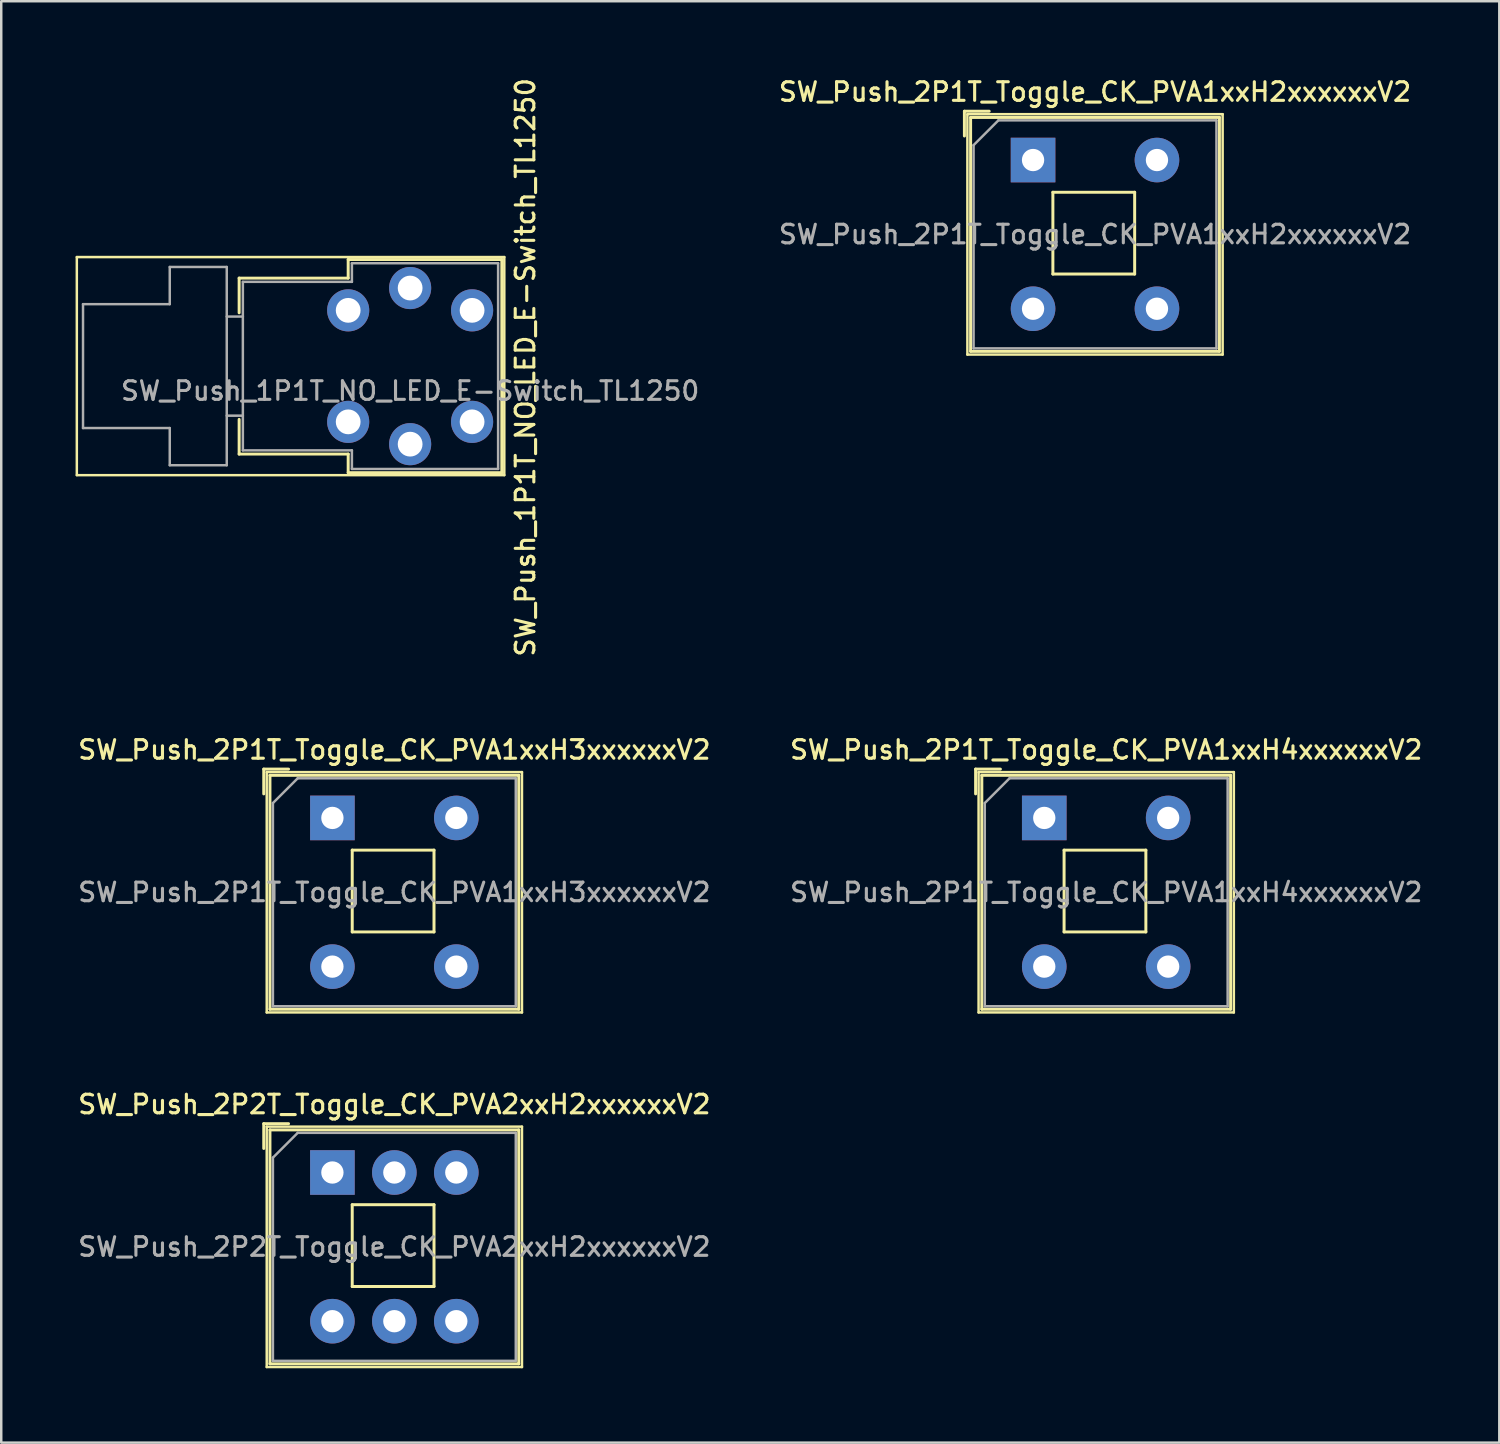
<source format=kicad_pcb>
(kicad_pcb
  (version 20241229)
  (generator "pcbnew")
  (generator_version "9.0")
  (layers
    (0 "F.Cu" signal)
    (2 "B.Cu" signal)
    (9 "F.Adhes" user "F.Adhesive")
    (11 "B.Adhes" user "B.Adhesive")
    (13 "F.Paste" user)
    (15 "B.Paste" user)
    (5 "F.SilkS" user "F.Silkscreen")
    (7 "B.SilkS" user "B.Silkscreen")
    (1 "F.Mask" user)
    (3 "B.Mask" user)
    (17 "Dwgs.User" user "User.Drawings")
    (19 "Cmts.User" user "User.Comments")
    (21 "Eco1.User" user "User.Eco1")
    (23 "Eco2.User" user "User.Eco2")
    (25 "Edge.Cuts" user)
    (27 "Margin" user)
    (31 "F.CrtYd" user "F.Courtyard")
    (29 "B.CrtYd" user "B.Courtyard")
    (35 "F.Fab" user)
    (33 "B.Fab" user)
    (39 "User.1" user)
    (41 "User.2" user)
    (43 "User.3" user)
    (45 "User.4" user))
  (footprint "SW_Push_2P1T_Toggle_CK_PVA1xxH3xxxxxxV2"
    (layer "F.Cu")
    (at 10.363 29.955)
    (property "Reference" "SW_Push_2P1T_Toggle_CK_PVA1xxH3xxxxxxV2" (at 2.5 -2.75 0) (layer "F.SilkS") (effects (font (size 0.75 0.75) (thickness 0.125))))
    (attr through_hole)
    (fp_line (start -2.77 -0.97) (end -2.77 -1.97) (stroke (width 0.12) (type solid)) (layer "F.SilkS"))
    (fp_line (start -2.65 -1.85) (end 7.65 -1.85) (stroke (width 0.1) (type solid)) (layer "F.SilkS"))
    (fp_line (start -2.65 7.85) (end -2.65 -1.85) (stroke (width 0.1) (type solid)) (layer "F.SilkS"))
    (fp_line (start -2.65 7.85) (end 7.65 7.85) (stroke (width 0.1) (type solid)) (layer "F.SilkS"))
    (fp_line (start -2.52 7.72) (end -2.52 -1.72) (stroke (width 0.12) (type solid)) (layer "F.SilkS"))
    (fp_line (start -1.77 -1.97) (end -2.77 -1.97) (stroke (width 0.12) (type solid)) (layer "F.SilkS"))
    (fp_line (start 0.8 1.3) (end 0.8 4.6) (stroke (width 0.12) (type solid)) (layer "F.SilkS"))
    (fp_line (start 4.1 1.3) (end 0.8 1.3) (stroke (width 0.12) (type solid)) (layer "F.SilkS"))
    (fp_line (start 4.1 1.3) (end 4.1 4.6) (stroke (width 0.12) (type solid)) (layer "F.SilkS"))
    (fp_line (start 4.1 4.6) (end 0.8 4.6) (stroke (width 0.12) (type solid)) (layer "F.SilkS"))
    (fp_line (start 7.52 -1.72) (end -2.52 -1.72) (stroke (width 0.12) (type solid)) (layer "F.SilkS"))
    (fp_line (start 7.52 7.72) (end -2.52 7.72) (stroke (width 0.12) (type solid)) (layer "F.SilkS"))
    (fp_line (start 7.52 7.72) (end 7.52 -1.72) (stroke (width 0.12) (type solid)) (layer "F.SilkS"))
    (fp_line (start 7.65 -1.85) (end 7.65 7.85) (stroke (width 0.1) (type solid)) (layer "F.SilkS"))
    (fp_line (start -2.4 -0.6) (end -1.4 -1.6) (stroke (width 0.1) (type solid)) (layer "F.Fab"))
    (fp_line (start -2.4 7.6) (end -2.4 -0.6) (stroke (width 0.1) (type solid)) (layer "F.Fab"))
    (fp_line (start -1.4 -1.6) (end 7.4 -1.6) (stroke (width 0.1) (type solid)) (layer "F.Fab"))
    (fp_line (start 7.4 -1.6) (end 7.4 7.6) (stroke (width 0.1) (type solid)) (layer "F.Fab"))
    (fp_line (start 7.4 7.6) (end -2.4 7.6) (stroke (width 0.1) (type solid)) (layer "F.Fab"))
    (fp_text user "${REFERENCE}" (at 2.5 3 0) (layer "F.Fab") (effects (font (size 0.75 0.75) (thickness 0.125))))
    (pad "1" thru_hole rect (at 0 0) (size 1.8 1.8) (drill 0.9) (layers "*.Cu" "*.Mask"))
    (pad "2" thru_hole circle (at 5 0) (size 1.8 1.8) (drill 0.9) (layers "*.Cu" "*.Mask"))
    (pad "3" thru_hole circle (at 0 6) (size 1.8 1.8) (drill 0.9) (layers "*.Cu" "*.Mask"))
    (pad "4" thru_hole circle (at 5 6) (size 1.8 1.8) (drill 0.9) (layers "*.Cu" "*.Mask")))
  (footprint "SW_Push_2P1T_Toggle_CK_PVA1xxH4xxxxxxV2"
    (layer "F.Cu")
    (at 39.088 29.955)
    (property "Reference" "SW_Push_2P1T_Toggle_CK_PVA1xxH4xxxxxxV2" (at 2.5 -2.75 0) (layer "F.SilkS") (effects (font (size 0.75 0.75) (thickness 0.125))))
    (attr through_hole)
    (fp_line (start -2.77 -0.97) (end -2.77 -1.97) (stroke (width 0.12) (type solid)) (layer "F.SilkS"))
    (fp_line (start -2.65 -1.85) (end 7.65 -1.85) (stroke (width 0.1) (type solid)) (layer "F.SilkS"))
    (fp_line (start -2.65 7.85) (end -2.65 -1.85) (stroke (width 0.1) (type solid)) (layer "F.SilkS"))
    (fp_line (start -2.65 7.85) (end 7.65 7.85) (stroke (width 0.1) (type solid)) (layer "F.SilkS"))
    (fp_line (start -2.52 7.72) (end -2.52 -1.72) (stroke (width 0.12) (type solid)) (layer "F.SilkS"))
    (fp_line (start -1.77 -1.97) (end -2.77 -1.97) (stroke (width 0.12) (type solid)) (layer "F.SilkS"))
    (fp_line (start 0.8 1.3) (end 0.8 4.6) (stroke (width 0.12) (type solid)) (layer "F.SilkS"))
    (fp_line (start 4.1 1.3) (end 0.8 1.3) (stroke (width 0.12) (type solid)) (layer "F.SilkS"))
    (fp_line (start 4.1 1.3) (end 4.1 4.6) (stroke (width 0.12) (type solid)) (layer "F.SilkS"))
    (fp_line (start 4.1 4.6) (end 0.8 4.6) (stroke (width 0.12) (type solid)) (layer "F.SilkS"))
    (fp_line (start 7.52 -1.72) (end -2.52 -1.72) (stroke (width 0.12) (type solid)) (layer "F.SilkS"))
    (fp_line (start 7.52 7.72) (end -2.52 7.72) (stroke (width 0.12) (type solid)) (layer "F.SilkS"))
    (fp_line (start 7.52 7.72) (end 7.52 -1.72) (stroke (width 0.12) (type solid)) (layer "F.SilkS"))
    (fp_line (start 7.65 -1.85) (end 7.65 7.85) (stroke (width 0.1) (type solid)) (layer "F.SilkS"))
    (fp_line (start -2.4 -0.6) (end -1.4 -1.6) (stroke (width 0.1) (type solid)) (layer "F.Fab"))
    (fp_line (start -2.4 7.6) (end -2.4 -0.6) (stroke (width 0.1) (type solid)) (layer "F.Fab"))
    (fp_line (start -1.4 -1.6) (end 7.4 -1.6) (stroke (width 0.1) (type solid)) (layer "F.Fab"))
    (fp_line (start 7.4 -1.6) (end 7.4 7.6) (stroke (width 0.1) (type solid)) (layer "F.Fab"))
    (fp_line (start 7.4 7.6) (end -2.4 7.6) (stroke (width 0.1) (type solid)) (layer "F.Fab"))
    (fp_text user "${REFERENCE}" (at 2.5 3 0) (layer "F.Fab") (effects (font (size 0.75 0.75) (thickness 0.125))))
    (pad "1" thru_hole rect (at 0 0) (size 1.8 1.8) (drill 0.9) (layers "*.Cu" "*.Mask"))
    (pad "2" thru_hole circle (at 5 0) (size 1.8 1.8) (drill 0.9) (layers "*.Cu" "*.Mask"))
    (pad "3" thru_hole circle (at 0 6) (size 1.8 1.8) (drill 0.9) (layers "*.Cu" "*.Mask"))
    (pad "4" thru_hole circle (at 5 6) (size 1.8 1.8) (drill 0.9) (layers "*.Cu" "*.Mask")))
  (footprint "SW_Push_2P1T_Toggle_CK_PVA1xxH2xxxxxxV2"
    (layer "F.Cu")
    (at 38.636 3.408)
    (property "Reference" "SW_Push_2P1T_Toggle_CK_PVA1xxH2xxxxxxV2" (at 2.5 -2.75 0) (layer "F.SilkS") (effects (font (size 0.75 0.75) (thickness 0.125))))
    (attr through_hole)
    (fp_line (start -2.77 -0.97) (end -2.77 -1.97) (stroke (width 0.12) (type solid)) (layer "F.SilkS"))
    (fp_line (start -2.65 -1.85) (end 7.65 -1.85) (stroke (width 0.1) (type solid)) (layer "F.SilkS"))
    (fp_line (start -2.65 7.85) (end -2.65 -1.85) (stroke (width 0.1) (type solid)) (layer "F.SilkS"))
    (fp_line (start -2.65 7.85) (end 7.65 7.85) (stroke (width 0.1) (type solid)) (layer "F.SilkS"))
    (fp_line (start -2.52 7.72) (end -2.52 -1.72) (stroke (width 0.12) (type solid)) (layer "F.SilkS"))
    (fp_line (start -1.77 -1.97) (end -2.77 -1.97) (stroke (width 0.12) (type solid)) (layer "F.SilkS"))
    (fp_line (start 0.8 1.3) (end 0.8 4.6) (stroke (width 0.12) (type solid)) (layer "F.SilkS"))
    (fp_line (start 4.1 1.3) (end 0.8 1.3) (stroke (width 0.12) (type solid)) (layer "F.SilkS"))
    (fp_line (start 4.1 1.3) (end 4.1 4.6) (stroke (width 0.12) (type solid)) (layer "F.SilkS"))
    (fp_line (start 4.1 4.6) (end 0.8 4.6) (stroke (width 0.12) (type solid)) (layer "F.SilkS"))
    (fp_line (start 7.52 -1.72) (end -2.52 -1.72) (stroke (width 0.12) (type solid)) (layer "F.SilkS"))
    (fp_line (start 7.52 7.72) (end -2.52 7.72) (stroke (width 0.12) (type solid)) (layer "F.SilkS"))
    (fp_line (start 7.52 7.72) (end 7.52 -1.72) (stroke (width 0.12) (type solid)) (layer "F.SilkS"))
    (fp_line (start 7.65 -1.85) (end 7.65 7.85) (stroke (width 0.1) (type solid)) (layer "F.SilkS"))
    (fp_line (start -2.4 -0.6) (end -1.4 -1.6) (stroke (width 0.1) (type solid)) (layer "F.Fab"))
    (fp_line (start -2.4 7.6) (end -2.4 -0.6) (stroke (width 0.1) (type solid)) (layer "F.Fab"))
    (fp_line (start -1.4 -1.6) (end 7.4 -1.6) (stroke (width 0.1) (type solid)) (layer "F.Fab"))
    (fp_line (start 7.4 -1.6) (end 7.4 7.6) (stroke (width 0.1) (type solid)) (layer "F.Fab"))
    (fp_line (start 7.4 7.6) (end -2.4 7.6) (stroke (width 0.1) (type solid)) (layer "F.Fab"))
    (fp_text user "${REFERENCE}" (at 2.5 3 0) (layer "F.Fab") (effects (font (size 0.75 0.75) (thickness 0.125))))
    (pad "1" thru_hole rect (at 0 0) (size 1.8 1.8) (drill 0.9) (layers "*.Cu" "*.Mask"))
    (pad "2" thru_hole circle (at 5 0) (size 1.8 1.8) (drill 0.9) (layers "*.Cu" "*.Mask"))
    (pad "3" thru_hole circle (at 0 6) (size 1.8 1.8) (drill 0.9) (layers "*.Cu" "*.Mask"))
    (pad "4" thru_hole circle (at 5 6) (size 1.8 1.8) (drill 0.9) (layers "*.Cu" "*.Mask")))
  (footprint "SW_Push_2P2T_Toggle_CK_PVA2xxH2xxxxxxV2"
    (layer "F.Cu")
    (at 10.363 44.263)
    (property "Reference" "SW_Push_2P2T_Toggle_CK_PVA2xxH2xxxxxxV2" (at 2.5 -2.75 0) (layer "F.SilkS") (effects (font (size 0.75 0.75) (thickness 0.125))))
    (attr through_hole)
    (fp_line (start -2.77 -0.97) (end -2.77 -1.97) (stroke (width 0.12) (type solid)) (layer "F.SilkS"))
    (fp_line (start -2.65 -1.85) (end 7.65 -1.85) (stroke (width 0.1) (type solid)) (layer "F.SilkS"))
    (fp_line (start -2.65 7.85) (end -2.65 -1.85) (stroke (width 0.1) (type solid)) (layer "F.SilkS"))
    (fp_line (start -2.65 7.85) (end 7.65 7.85) (stroke (width 0.1) (type solid)) (layer "F.SilkS"))
    (fp_line (start -2.52 7.72) (end -2.52 -1.72) (stroke (width 0.12) (type solid)) (layer "F.SilkS"))
    (fp_line (start -1.77 -1.97) (end -2.77 -1.97) (stroke (width 0.12) (type solid)) (layer "F.SilkS"))
    (fp_line (start 0.8 1.3) (end 0.8 4.6) (stroke (width 0.12) (type solid)) (layer "F.SilkS"))
    (fp_line (start 4.1 1.3) (end 0.8 1.3) (stroke (width 0.12) (type solid)) (layer "F.SilkS"))
    (fp_line (start 4.1 1.3) (end 4.1 4.6) (stroke (width 0.12) (type solid)) (layer "F.SilkS"))
    (fp_line (start 4.1 4.6) (end 0.8 4.6) (stroke (width 0.12) (type solid)) (layer "F.SilkS"))
    (fp_line (start 7.52 -1.72) (end -2.52 -1.72) (stroke (width 0.12) (type solid)) (layer "F.SilkS"))
    (fp_line (start 7.52 7.72) (end -2.52 7.72) (stroke (width 0.12) (type solid)) (layer "F.SilkS"))
    (fp_line (start 7.52 7.72) (end 7.52 -1.72) (stroke (width 0.12) (type solid)) (layer "F.SilkS"))
    (fp_line (start 7.65 -1.85) (end 7.65 7.85) (stroke (width 0.1) (type solid)) (layer "F.SilkS"))
    (fp_line (start -2.4 -0.6) (end -1.4 -1.6) (stroke (width 0.1) (type solid)) (layer "F.Fab"))
    (fp_line (start -2.4 7.6) (end -2.4 -0.6) (stroke (width 0.1) (type solid)) (layer "F.Fab"))
    (fp_line (start -1.4 -1.6) (end 7.4 -1.6) (stroke (width 0.1) (type solid)) (layer "F.Fab"))
    (fp_line (start 7.4 -1.6) (end 7.4 7.6) (stroke (width 0.1) (type solid)) (layer "F.Fab"))
    (fp_line (start 7.4 7.6) (end -2.4 7.6) (stroke (width 0.1) (type solid)) (layer "F.Fab"))
    (fp_text user "${REFERENCE}" (at 2.5 3 0) (layer "F.Fab") (effects (font (size 0.75 0.75) (thickness 0.125))))
    (pad "1" thru_hole rect (at 0 0) (size 1.8 1.8) (drill 0.9) (layers "*.Cu" "*.Mask"))
    (pad "2" thru_hole circle (at 2.5 0) (size 1.8 1.8) (drill 0.9) (layers "*.Cu" "*.Mask"))
    (pad "3" thru_hole circle (at 5 0) (size 1.8 1.8) (drill 0.9) (layers "*.Cu" "*.Mask"))
    (pad "4" thru_hole circle (at 0 6) (size 1.8 1.8) (drill 0.9) (layers "*.Cu" "*.Mask"))
    (pad "5" thru_hole circle (at 2.5 6) (size 1.8 1.8) (drill 0.9) (layers "*.Cu" "*.Mask"))
    (pad "6" thru_hole circle (at 5 6) (size 1.8 1.8) (drill 0.9) (layers "*.Cu" "*.Mask")))
  (footprint "SW_Push_1P1T_NO_LED_E-Switch_TL1250"
    (layer "F.Cu")
    (at 11 9.473)
    (property "Reference" "SW_Push_1P1T_NO_LED_E-Switch_TL1250" (at 7.15 2.3 90) (layer "F.SilkS") (effects (font (size 0.75 0.75) (thickness 0.125))))
    (attr through_hole)
    (fp_line (start -10.95 6.65) (end -10.95 -2.15) (stroke (width 0.1) (type solid)) (layer "F.SilkS"))
    (fp_line (start -4.4 -1.3) (end -4.4 0.1) (stroke (width 0.12) (type solid)) (layer "F.SilkS"))
    (fp_line (start -4.4 5.8) (end -4.4 4.4) (stroke (width 0.12) (type solid)) (layer "F.SilkS"))
    (fp_line (start 0 -2.05) (end 6.2 -2.05) (stroke (width 0.12) (type solid)) (layer "F.SilkS"))
    (fp_line (start 0 -1.3) (end -4.4 -1.3) (stroke (width 0.12) (type solid)) (layer "F.SilkS"))
    (fp_line (start 0 -1.3) (end 0 -2.05) (stroke (width 0.12) (type solid)) (layer "F.SilkS"))
    (fp_line (start 0 5.8) (end -4.4 5.8) (stroke (width 0.12) (type solid)) (layer "F.SilkS"))
    (fp_line (start 0 6.55) (end 0 5.8) (stroke (width 0.12) (type solid)) (layer "F.SilkS"))
    (fp_line (start 6.2 -2.05) (end 6.2 6.55) (stroke (width 0.12) (type solid)) (layer "F.SilkS"))
    (fp_line (start 6.2 6.55) (end 0 6.55) (stroke (width 0.12) (type solid)) (layer "F.SilkS"))
    (fp_line (start 6.3 -2.15) (end -10.95 -2.15) (stroke (width 0.1) (type solid)) (layer "F.SilkS"))
    (fp_line (start 6.3 -2.15) (end 6.3 6.65) (stroke (width 0.1) (type solid)) (layer "F.SilkS"))
    (fp_line (start 6.3 6.65) (end -10.95 6.65) (stroke (width 0.1) (type solid)) (layer "F.SilkS"))
    (fp_line (start -10.7 -0.25) (end -10.7 4.75) (stroke (width 0.1) (type solid)) (layer "F.Fab"))
    (fp_line (start -10.7 4.75) (end -7.2 4.75) (stroke (width 0.1) (type solid)) (layer "F.Fab"))
    (fp_line (start -7.2 -1.75) (end -7.2 -0.25) (stroke (width 0.1) (type solid)) (layer "F.Fab"))
    (fp_line (start -7.2 -0.25) (end -10.7 -0.25) (stroke (width 0.1) (type solid)) (layer "F.Fab"))
    (fp_line (start -7.2 4.75) (end -7.2 6.25) (stroke (width 0.1) (type solid)) (layer "F.Fab"))
    (fp_line (start -7.2 6.25) (end -4.9 6.25) (stroke (width 0.1) (type solid)) (layer "F.Fab"))
    (fp_line (start -4.9 -1.75) (end -7.2 -1.75) (stroke (width 0.1) (type solid)) (layer "F.Fab"))
    (fp_line (start -4.9 0.25) (end -4.25 0.25) (stroke (width 0.1) (type solid)) (layer "F.Fab"))
    (fp_line (start -4.9 4.25) (end -4.25 4.25) (stroke (width 0.1) (type solid)) (layer "F.Fab"))
    (fp_line (start -4.9 6.25) (end -4.9 -1.75) (stroke (width 0.1) (type solid)) (layer "F.Fab"))
    (fp_line (start -4.25 -1.15) (end -4.25 5.65) (stroke (width 0.1) (type solid)) (layer "F.Fab"))
    (fp_line (start -4.25 5.65) (end 0.15 5.65) (stroke (width 0.1) (type solid)) (layer "F.Fab"))
    (fp_line (start 0.15 -1.9) (end 0.15 -1.15) (stroke (width 0.1) (type solid)) (layer "F.Fab"))
    (fp_line (start 0.15 -1.15) (end -4.25 -1.15) (stroke (width 0.1) (type solid)) (layer "F.Fab"))
    (fp_line (start 0.15 5.65) (end 0.15 6.4) (stroke (width 0.1) (type solid)) (layer "F.Fab"))
    (fp_line (start 0.15 6.4) (end 6.05 6.4) (stroke (width 0.1) (type solid)) (layer "F.Fab"))
    (fp_line (start 6.05 -1.9) (end 0.15 -1.9) (stroke (width 0.1) (type solid)) (layer "F.Fab"))
    (fp_line (start 6.05 6.4) (end 6.05 -1.9) (stroke (width 0.1) (type solid)) (layer "F.Fab"))
    (fp_text user "${REFERENCE}" (at 2.5 3.25 0) (layer "F.Fab") (effects (font (size 0.75 0.75) (thickness 0.125))))
    (pad "1" thru_hole circle (at 0 0) (size 1.7 1.7) (drill 1) (layers "*.Cu" "*.Mask"))
    (pad "1" thru_hole circle (at 5 0) (size 1.7 1.7) (drill 1) (layers "*.Cu" "*.Mask"))
    (pad "2" thru_hole circle (at 0 4.5) (size 1.7 1.7) (drill 1) (layers "*.Cu" "*.Mask"))
    (pad "2" thru_hole circle (at 5 4.5) (size 1.7 1.7) (drill 1) (layers "*.Cu" "*.Mask"))
    (pad "3" thru_hole circle (at 2.5 -0.9) (size 1.7 1.7) (drill 1) (layers "*.Cu" "*.Mask"))
    (pad "4" thru_hole circle (at 2.5 5.4) (size 1.7 1.7) (drill 1) (layers "*.Cu" "*.Mask")))
  (gr_rect
    (start -3 -3)
    (end 57.45 55.163)
    (stroke (width 0.1) (type default))
    (fill no)
    (layer "Edge.Cuts")))
</source>
